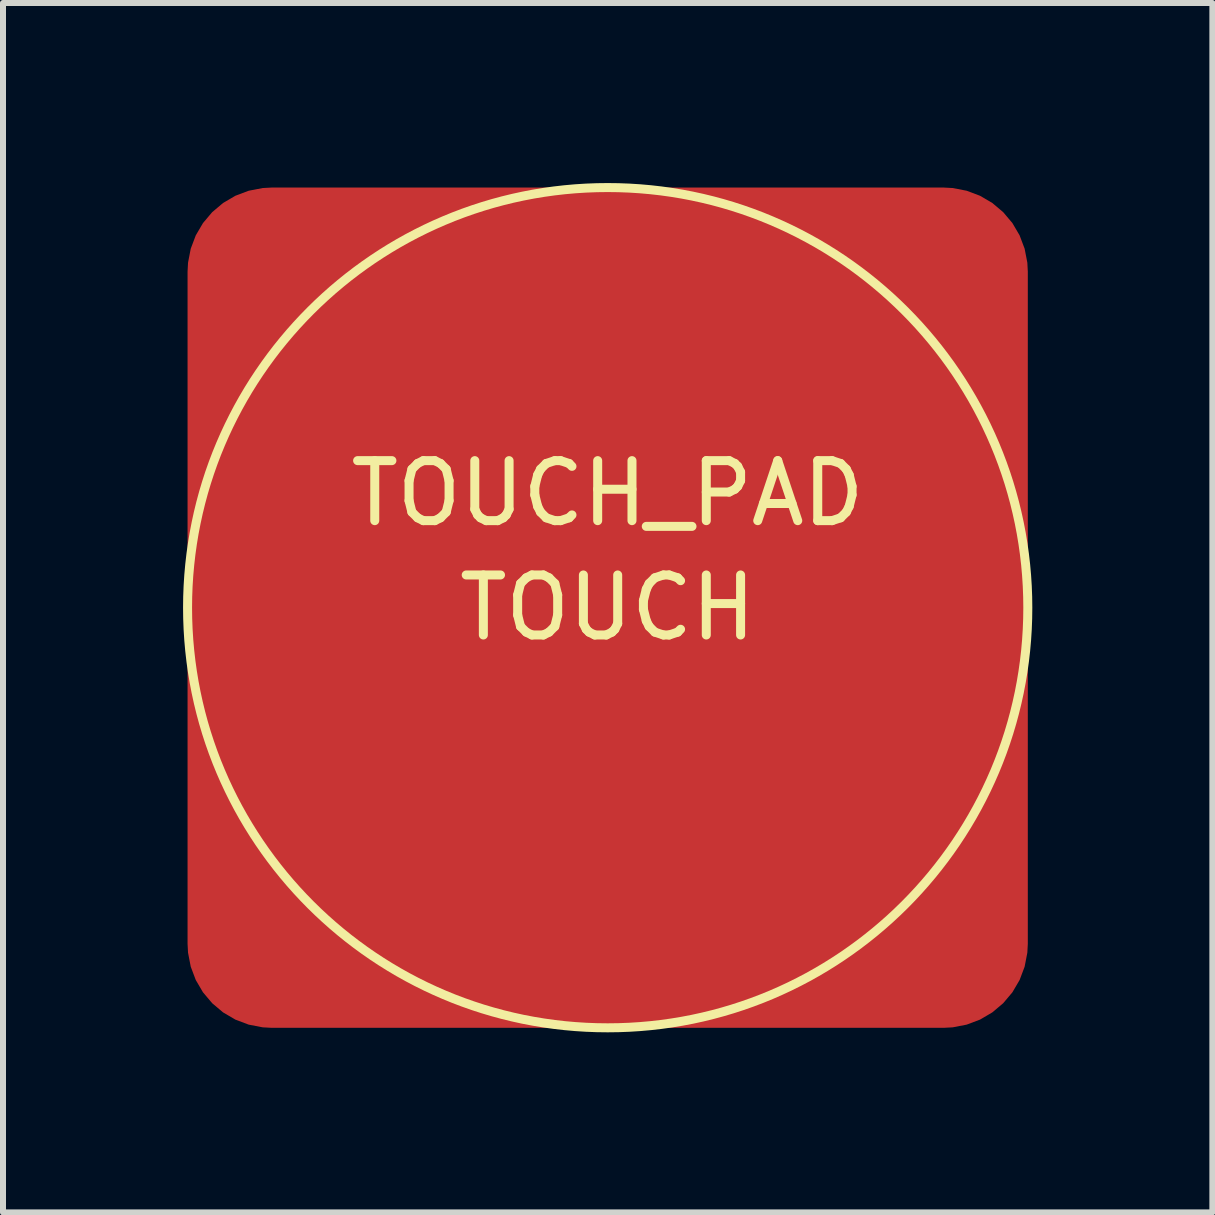
<source format=kicad_pcb>
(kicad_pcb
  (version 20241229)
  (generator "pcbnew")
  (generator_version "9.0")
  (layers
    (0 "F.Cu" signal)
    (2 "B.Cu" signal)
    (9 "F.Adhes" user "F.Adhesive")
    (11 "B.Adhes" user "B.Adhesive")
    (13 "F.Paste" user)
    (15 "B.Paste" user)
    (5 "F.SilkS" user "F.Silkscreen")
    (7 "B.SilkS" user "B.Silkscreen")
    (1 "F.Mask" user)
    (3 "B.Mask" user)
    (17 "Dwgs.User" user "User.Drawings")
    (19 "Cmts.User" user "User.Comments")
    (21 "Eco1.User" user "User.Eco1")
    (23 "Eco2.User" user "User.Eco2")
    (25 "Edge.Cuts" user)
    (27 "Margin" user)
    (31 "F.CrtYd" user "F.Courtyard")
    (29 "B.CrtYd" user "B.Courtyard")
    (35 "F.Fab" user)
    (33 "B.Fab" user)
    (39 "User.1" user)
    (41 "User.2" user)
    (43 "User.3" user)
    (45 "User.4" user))
  (footprint "TOUCH_PAD"
    (layer "F.Cu")
    (at 7.075 7.075)
    (property "Reference" "TOUCH_PAD" (at 0 -1.905 0) (layer "F.SilkS") (effects (font (size 1 1) (thickness 0.15))))
    (attr through_hole)
    (fp_circle (center 0 0) (end 7 0) (stroke (width 0.15) (type solid)) (fill no) (layer "F.SilkS"))
    (fp_text user "TOUCH" (at 0 0 0) (layer "F.SilkS") (effects (font (size 1 1) (thickness 0.15))))
    (pad "1" smd roundrect (at 0 0) (size 14 14) (layers "F.Cu") (roundrect_rratio 0.1)))
  (gr_rect
    (start -3 -3)
    (end 17.15 17.15)
    (stroke (width 0.1) (type default))
    (fill no)
    (layer "Edge.Cuts")))
</source>
